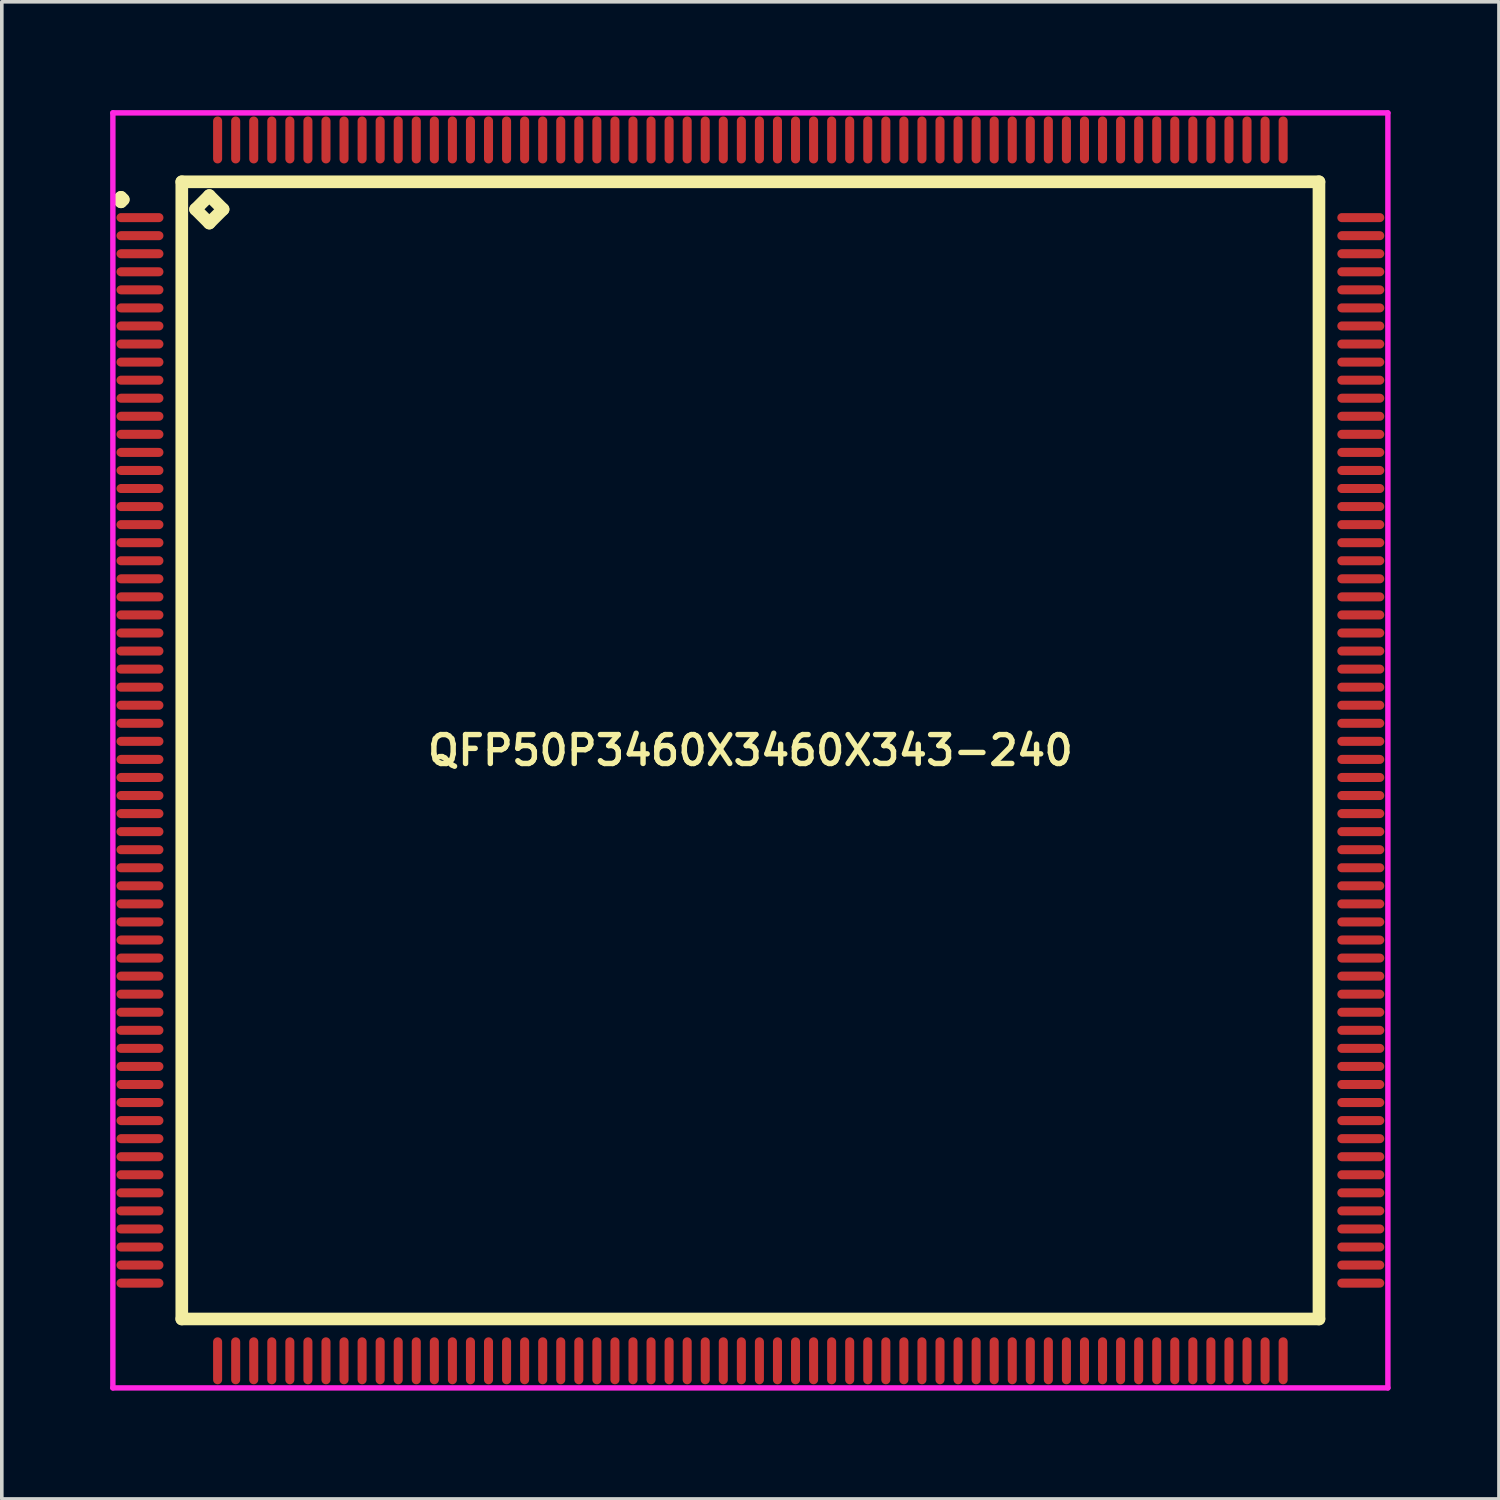
<source format=kicad_pcb>
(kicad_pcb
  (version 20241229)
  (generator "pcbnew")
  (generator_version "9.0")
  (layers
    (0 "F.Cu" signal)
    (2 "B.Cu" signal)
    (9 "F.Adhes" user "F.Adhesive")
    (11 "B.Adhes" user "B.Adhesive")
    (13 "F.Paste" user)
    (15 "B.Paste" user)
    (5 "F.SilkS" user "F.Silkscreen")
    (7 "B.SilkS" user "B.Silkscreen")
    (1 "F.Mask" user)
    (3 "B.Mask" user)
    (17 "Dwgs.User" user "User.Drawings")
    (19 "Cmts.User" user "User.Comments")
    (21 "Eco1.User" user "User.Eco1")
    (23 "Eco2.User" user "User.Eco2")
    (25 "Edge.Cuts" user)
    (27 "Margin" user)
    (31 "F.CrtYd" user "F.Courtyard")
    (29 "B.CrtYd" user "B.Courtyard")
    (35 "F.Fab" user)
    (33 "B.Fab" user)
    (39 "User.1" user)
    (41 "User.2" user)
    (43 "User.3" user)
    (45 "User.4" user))
  (footprint "QFP50P3460X3460X343-240"
    (layer "F.Cu")
    (at 17.725 17.725)
    (property "Reference" "QFP50P3460X3460X343-240" (at 0 0 0) (layer "F.SilkS") (effects (font (size 0.8 0.8) (thickness 0.15))))
    (attr smd)
    (fp_line (start -17.488 -15.25) (end -17.425 -15.312) (stroke (width 0.35) (type solid)) (layer "F.SilkS"))
    (fp_line (start -17.425 -15.312) (end -17.363 -15.25) (stroke (width 0.35) (type solid)) (layer "F.SilkS"))
    (fp_line (start -17.425 -15.188) (end -17.488 -15.25) (stroke (width 0.35) (type solid)) (layer "F.SilkS"))
    (fp_line (start -17.363 -15.25) (end -17.425 -15.188) (stroke (width 0.35) (type solid)) (layer "F.SilkS"))
    (fp_line (start -15.742 -15.742) (end -15.742 15.742) (stroke (width 0.35) (type solid)) (layer "F.SilkS"))
    (fp_line (start -15.742 15.742) (end 15.742 15.742) (stroke (width 0.35) (type solid)) (layer "F.SilkS"))
    (fp_line (start -15.361 -14.98) (end -14.98 -15.361) (stroke (width 0.35) (type solid)) (layer "F.SilkS"))
    (fp_line (start -14.98 -15.361) (end -14.599 -14.98) (stroke (width 0.35) (type solid)) (layer "F.SilkS"))
    (fp_line (start -14.98 -14.599) (end -15.361 -14.98) (stroke (width 0.35) (type solid)) (layer "F.SilkS"))
    (fp_line (start -14.599 -14.98) (end -14.98 -14.599) (stroke (width 0.35) (type solid)) (layer "F.SilkS"))
    (fp_line (start 15.742 -15.742) (end -15.742 -15.742) (stroke (width 0.35) (type solid)) (layer "F.SilkS"))
    (fp_line (start 15.742 15.742) (end 15.742 -15.742) (stroke (width 0.35) (type solid)) (layer "F.SilkS"))
    (fp_line (start -17.65 -17.65) (end 17.65 -17.65) (stroke (width 0.15) (type solid)) (layer "F.CrtYd"))
    (fp_line (start -17.65 17.65) (end -17.65 -17.65) (stroke (width 0.15) (type solid)) (layer "F.CrtYd"))
    (fp_line (start 17.65 -17.65) (end 17.65 17.65) (stroke (width 0.15) (type solid)) (layer "F.CrtYd"))
    (fp_line (start 17.65 17.65) (end -17.65 17.65) (stroke (width 0.15) (type solid)) (layer "F.CrtYd"))
    (pad "1" smd oval (at -16.9 -14.75) (size 1.3 0.25) (layers "F.Cu" "F.Mask" "F.Paste"))
    (pad "2" smd oval (at -16.9 -14.25) (size 1.3 0.25) (layers "F.Cu" "F.Mask" "F.Paste"))
    (pad "3" smd oval (at -16.9 -13.75) (size 1.3 0.25) (layers "F.Cu" "F.Mask" "F.Paste"))
    (pad "4" smd oval (at -16.9 -13.25) (size 1.3 0.25) (layers "F.Cu" "F.Mask" "F.Paste"))
    (pad "5" smd oval (at -16.9 -12.75) (size 1.3 0.25) (layers "F.Cu" "F.Mask" "F.Paste"))
    (pad "6" smd oval (at -16.9 -12.25) (size 1.3 0.25) (layers "F.Cu" "F.Mask" "F.Paste"))
    (pad "7" smd oval (at -16.9 -11.75) (size 1.3 0.25) (layers "F.Cu" "F.Mask" "F.Paste"))
    (pad "8" smd oval (at -16.9 -11.25) (size 1.3 0.25) (layers "F.Cu" "F.Mask" "F.Paste"))
    (pad "9" smd oval (at -16.9 -10.75) (size 1.3 0.25) (layers "F.Cu" "F.Mask" "F.Paste"))
    (pad "10" smd oval (at -16.9 -10.25) (size 1.3 0.25) (layers "F.Cu" "F.Mask" "F.Paste"))
    (pad "11" smd oval (at -16.9 -9.75) (size 1.3 0.25) (layers "F.Cu" "F.Mask" "F.Paste"))
    (pad "12" smd oval (at -16.9 -9.25) (size 1.3 0.25) (layers "F.Cu" "F.Mask" "F.Paste"))
    (pad "13" smd oval (at -16.9 -8.75) (size 1.3 0.25) (layers "F.Cu" "F.Mask" "F.Paste"))
    (pad "14" smd oval (at -16.9 -8.25) (size 1.3 0.25) (layers "F.Cu" "F.Mask" "F.Paste"))
    (pad "15" smd oval (at -16.9 -7.75) (size 1.3 0.25) (layers "F.Cu" "F.Mask" "F.Paste"))
    (pad "16" smd oval (at -16.9 -7.25) (size 1.3 0.25) (layers "F.Cu" "F.Mask" "F.Paste"))
    (pad "17" smd oval (at -16.9 -6.75) (size 1.3 0.25) (layers "F.Cu" "F.Mask" "F.Paste"))
    (pad "18" smd oval (at -16.9 -6.25) (size 1.3 0.25) (layers "F.Cu" "F.Mask" "F.Paste"))
    (pad "19" smd oval (at -16.9 -5.75) (size 1.3 0.25) (layers "F.Cu" "F.Mask" "F.Paste"))
    (pad "20" smd oval (at -16.9 -5.25) (size 1.3 0.25) (layers "F.Cu" "F.Mask" "F.Paste"))
    (pad "21" smd oval (at -16.9 -4.75) (size 1.3 0.25) (layers "F.Cu" "F.Mask" "F.Paste"))
    (pad "22" smd oval (at -16.9 -4.25) (size 1.3 0.25) (layers "F.Cu" "F.Mask" "F.Paste"))
    (pad "23" smd oval (at -16.9 -3.75) (size 1.3 0.25) (layers "F.Cu" "F.Mask" "F.Paste"))
    (pad "24" smd oval (at -16.9 -3.25) (size 1.3 0.25) (layers "F.Cu" "F.Mask" "F.Paste"))
    (pad "25" smd oval (at -16.9 -2.75) (size 1.3 0.25) (layers "F.Cu" "F.Mask" "F.Paste"))
    (pad "26" smd oval (at -16.9 -2.25) (size 1.3 0.25) (layers "F.Cu" "F.Mask" "F.Paste"))
    (pad "27" smd oval (at -16.9 -1.75) (size 1.3 0.25) (layers "F.Cu" "F.Mask" "F.Paste"))
    (pad "28" smd oval (at -16.9 -1.25) (size 1.3 0.25) (layers "F.Cu" "F.Mask" "F.Paste"))
    (pad "29" smd oval (at -16.9 -0.75) (size 1.3 0.25) (layers "F.Cu" "F.Mask" "F.Paste"))
    (pad "30" smd oval (at -16.9 -0.25) (size 1.3 0.25) (layers "F.Cu" "F.Mask" "F.Paste"))
    (pad "31" smd oval (at -16.9 0.25) (size 1.3 0.25) (layers "F.Cu" "F.Mask" "F.Paste"))
    (pad "32" smd oval (at -16.9 0.75) (size 1.3 0.25) (layers "F.Cu" "F.Mask" "F.Paste"))
    (pad "33" smd oval (at -16.9 1.25) (size 1.3 0.25) (layers "F.Cu" "F.Mask" "F.Paste"))
    (pad "34" smd oval (at -16.9 1.75) (size 1.3 0.25) (layers "F.Cu" "F.Mask" "F.Paste"))
    (pad "35" smd oval (at -16.9 2.25) (size 1.3 0.25) (layers "F.Cu" "F.Mask" "F.Paste"))
    (pad "36" smd oval (at -16.9 2.75) (size 1.3 0.25) (layers "F.Cu" "F.Mask" "F.Paste"))
    (pad "37" smd oval (at -16.9 3.25) (size 1.3 0.25) (layers "F.Cu" "F.Mask" "F.Paste"))
    (pad "38" smd oval (at -16.9 3.75) (size 1.3 0.25) (layers "F.Cu" "F.Mask" "F.Paste"))
    (pad "39" smd oval (at -16.9 4.25) (size 1.3 0.25) (layers "F.Cu" "F.Mask" "F.Paste"))
    (pad "40" smd oval (at -16.9 4.75) (size 1.3 0.25) (layers "F.Cu" "F.Mask" "F.Paste"))
    (pad "41" smd oval (at -16.9 5.25) (size 1.3 0.25) (layers "F.Cu" "F.Mask" "F.Paste"))
    (pad "42" smd oval (at -16.9 5.75) (size 1.3 0.25) (layers "F.Cu" "F.Mask" "F.Paste"))
    (pad "43" smd oval (at -16.9 6.25) (size 1.3 0.25) (layers "F.Cu" "F.Mask" "F.Paste"))
    (pad "44" smd oval (at -16.9 6.75) (size 1.3 0.25) (layers "F.Cu" "F.Mask" "F.Paste"))
    (pad "45" smd oval (at -16.9 7.25) (size 1.3 0.25) (layers "F.Cu" "F.Mask" "F.Paste"))
    (pad "46" smd oval (at -16.9 7.75) (size 1.3 0.25) (layers "F.Cu" "F.Mask" "F.Paste"))
    (pad "47" smd oval (at -16.9 8.25) (size 1.3 0.25) (layers "F.Cu" "F.Mask" "F.Paste"))
    (pad "48" smd oval (at -16.9 8.75) (size 1.3 0.25) (layers "F.Cu" "F.Mask" "F.Paste"))
    (pad "49" smd oval (at -16.9 9.25) (size 1.3 0.25) (layers "F.Cu" "F.Mask" "F.Paste"))
    (pad "50" smd oval (at -16.9 9.75) (size 1.3 0.25) (layers "F.Cu" "F.Mask" "F.Paste"))
    (pad "51" smd oval (at -16.9 10.25) (size 1.3 0.25) (layers "F.Cu" "F.Mask" "F.Paste"))
    (pad "52" smd oval (at -16.9 10.75) (size 1.3 0.25) (layers "F.Cu" "F.Mask" "F.Paste"))
    (pad "53" smd oval (at -16.9 11.25) (size 1.3 0.25) (layers "F.Cu" "F.Mask" "F.Paste"))
    (pad "54" smd oval (at -16.9 11.75) (size 1.3 0.25) (layers "F.Cu" "F.Mask" "F.Paste"))
    (pad "55" smd oval (at -16.9 12.25) (size 1.3 0.25) (layers "F.Cu" "F.Mask" "F.Paste"))
    (pad "56" smd oval (at -16.9 12.75) (size 1.3 0.25) (layers "F.Cu" "F.Mask" "F.Paste"))
    (pad "57" smd oval (at -16.9 13.25) (size 1.3 0.25) (layers "F.Cu" "F.Mask" "F.Paste"))
    (pad "58" smd oval (at -16.9 13.75) (size 1.3 0.25) (layers "F.Cu" "F.Mask" "F.Paste"))
    (pad "59" smd oval (at -16.9 14.25) (size 1.3 0.25) (layers "F.Cu" "F.Mask" "F.Paste"))
    (pad "60" smd oval (at -16.9 14.75) (size 1.3 0.25) (layers "F.Cu" "F.Mask" "F.Paste"))
    (pad "61" smd oval (at -14.75 16.9) (size 0.25 1.3) (layers "F.Cu" "F.Mask" "F.Paste"))
    (pad "62" smd oval (at -14.25 16.9) (size 0.25 1.3) (layers "F.Cu" "F.Mask" "F.Paste"))
    (pad "63" smd oval (at -13.75 16.9) (size 0.25 1.3) (layers "F.Cu" "F.Mask" "F.Paste"))
    (pad "64" smd oval (at -13.25 16.9) (size 0.25 1.3) (layers "F.Cu" "F.Mask" "F.Paste"))
    (pad "65" smd oval (at -12.75 16.9) (size 0.25 1.3) (layers "F.Cu" "F.Mask" "F.Paste"))
    (pad "66" smd oval (at -12.25 16.9) (size 0.25 1.3) (layers "F.Cu" "F.Mask" "F.Paste"))
    (pad "67" smd oval (at -11.75 16.9) (size 0.25 1.3) (layers "F.Cu" "F.Mask" "F.Paste"))
    (pad "68" smd oval (at -11.25 16.9) (size 0.25 1.3) (layers "F.Cu" "F.Mask" "F.Paste"))
    (pad "69" smd oval (at -10.75 16.9) (size 0.25 1.3) (layers "F.Cu" "F.Mask" "F.Paste"))
    (pad "70" smd oval (at -10.25 16.9) (size 0.25 1.3) (layers "F.Cu" "F.Mask" "F.Paste"))
    (pad "71" smd oval (at -9.75 16.9) (size 0.25 1.3) (layers "F.Cu" "F.Mask" "F.Paste"))
    (pad "72" smd oval (at -9.25 16.9) (size 0.25 1.3) (layers "F.Cu" "F.Mask" "F.Paste"))
    (pad "73" smd oval (at -8.75 16.9) (size 0.25 1.3) (layers "F.Cu" "F.Mask" "F.Paste"))
    (pad "74" smd oval (at -8.25 16.9) (size 0.25 1.3) (layers "F.Cu" "F.Mask" "F.Paste"))
    (pad "75" smd oval (at -7.75 16.9) (size 0.25 1.3) (layers "F.Cu" "F.Mask" "F.Paste"))
    (pad "76" smd oval (at -7.25 16.9) (size 0.25 1.3) (layers "F.Cu" "F.Mask" "F.Paste"))
    (pad "77" smd oval (at -6.75 16.9) (size 0.25 1.3) (layers "F.Cu" "F.Mask" "F.Paste"))
    (pad "78" smd oval (at -6.25 16.9) (size 0.25 1.3) (layers "F.Cu" "F.Mask" "F.Paste"))
    (pad "79" smd oval (at -5.75 16.9) (size 0.25 1.3) (layers "F.Cu" "F.Mask" "F.Paste"))
    (pad "80" smd oval (at -5.25 16.9) (size 0.25 1.3) (layers "F.Cu" "F.Mask" "F.Paste"))
    (pad "81" smd oval (at -4.75 16.9) (size 0.25 1.3) (layers "F.Cu" "F.Mask" "F.Paste"))
    (pad "82" smd oval (at -4.25 16.9) (size 0.25 1.3) (layers "F.Cu" "F.Mask" "F.Paste"))
    (pad "83" smd oval (at -3.75 16.9) (size 0.25 1.3) (layers "F.Cu" "F.Mask" "F.Paste"))
    (pad "84" smd oval (at -3.25 16.9) (size 0.25 1.3) (layers "F.Cu" "F.Mask" "F.Paste"))
    (pad "85" smd oval (at -2.75 16.9) (size 0.25 1.3) (layers "F.Cu" "F.Mask" "F.Paste"))
    (pad "86" smd oval (at -2.25 16.9) (size 0.25 1.3) (layers "F.Cu" "F.Mask" "F.Paste"))
    (pad "87" smd oval (at -1.75 16.9) (size 0.25 1.3) (layers "F.Cu" "F.Mask" "F.Paste"))
    (pad "88" smd oval (at -1.25 16.9) (size 0.25 1.3) (layers "F.Cu" "F.Mask" "F.Paste"))
    (pad "89" smd oval (at -0.75 16.9) (size 0.25 1.3) (layers "F.Cu" "F.Mask" "F.Paste"))
    (pad "90" smd oval (at -0.25 16.9) (size 0.25 1.3) (layers "F.Cu" "F.Mask" "F.Paste"))
    (pad "91" smd oval (at 0.25 16.9) (size 0.25 1.3) (layers "F.Cu" "F.Mask" "F.Paste"))
    (pad "92" smd oval (at 0.75 16.9) (size 0.25 1.3) (layers "F.Cu" "F.Mask" "F.Paste"))
    (pad "93" smd oval (at 1.25 16.9) (size 0.25 1.3) (layers "F.Cu" "F.Mask" "F.Paste"))
    (pad "94" smd oval (at 1.75 16.9) (size 0.25 1.3) (layers "F.Cu" "F.Mask" "F.Paste"))
    (pad "95" smd oval (at 2.25 16.9) (size 0.25 1.3) (layers "F.Cu" "F.Mask" "F.Paste"))
    (pad "96" smd oval (at 2.75 16.9) (size 0.25 1.3) (layers "F.Cu" "F.Mask" "F.Paste"))
    (pad "97" smd oval (at 3.25 16.9) (size 0.25 1.3) (layers "F.Cu" "F.Mask" "F.Paste"))
    (pad "98" smd oval (at 3.75 16.9) (size 0.25 1.3) (layers "F.Cu" "F.Mask" "F.Paste"))
    (pad "99" smd oval (at 4.25 16.9) (size 0.25 1.3) (layers "F.Cu" "F.Mask" "F.Paste"))
    (pad "100" smd oval (at 4.75 16.9) (size 0.25 1.3) (layers "F.Cu" "F.Mask" "F.Paste"))
    (pad "101" smd oval (at 5.25 16.9) (size 0.25 1.3) (layers "F.Cu" "F.Mask" "F.Paste"))
    (pad "102" smd oval (at 5.75 16.9) (size 0.25 1.3) (layers "F.Cu" "F.Mask" "F.Paste"))
    (pad "103" smd oval (at 6.25 16.9) (size 0.25 1.3) (layers "F.Cu" "F.Mask" "F.Paste"))
    (pad "104" smd oval (at 6.75 16.9) (size 0.25 1.3) (layers "F.Cu" "F.Mask" "F.Paste"))
    (pad "105" smd oval (at 7.25 16.9) (size 0.25 1.3) (layers "F.Cu" "F.Mask" "F.Paste"))
    (pad "106" smd oval (at 7.75 16.9) (size 0.25 1.3) (layers "F.Cu" "F.Mask" "F.Paste"))
    (pad "107" smd oval (at 8.25 16.9) (size 0.25 1.3) (layers "F.Cu" "F.Mask" "F.Paste"))
    (pad "108" smd oval (at 8.75 16.9) (size 0.25 1.3) (layers "F.Cu" "F.Mask" "F.Paste"))
    (pad "109" smd oval (at 9.25 16.9) (size 0.25 1.3) (layers "F.Cu" "F.Mask" "F.Paste"))
    (pad "110" smd oval (at 9.75 16.9) (size 0.25 1.3) (layers "F.Cu" "F.Mask" "F.Paste"))
    (pad "111" smd oval (at 10.25 16.9) (size 0.25 1.3) (layers "F.Cu" "F.Mask" "F.Paste"))
    (pad "112" smd oval (at 10.75 16.9) (size 0.25 1.3) (layers "F.Cu" "F.Mask" "F.Paste"))
    (pad "113" smd oval (at 11.25 16.9) (size 0.25 1.3) (layers "F.Cu" "F.Mask" "F.Paste"))
    (pad "114" smd oval (at 11.75 16.9) (size 0.25 1.3) (layers "F.Cu" "F.Mask" "F.Paste"))
    (pad "115" smd oval (at 12.25 16.9) (size 0.25 1.3) (layers "F.Cu" "F.Mask" "F.Paste"))
    (pad "116" smd oval (at 12.75 16.9) (size 0.25 1.3) (layers "F.Cu" "F.Mask" "F.Paste"))
    (pad "117" smd oval (at 13.25 16.9) (size 0.25 1.3) (layers "F.Cu" "F.Mask" "F.Paste"))
    (pad "118" smd oval (at 13.75 16.9) (size 0.25 1.3) (layers "F.Cu" "F.Mask" "F.Paste"))
    (pad "119" smd oval (at 14.25 16.9) (size 0.25 1.3) (layers "F.Cu" "F.Mask" "F.Paste"))
    (pad "120" smd oval (at 14.75 16.9) (size 0.25 1.3) (layers "F.Cu" "F.Mask" "F.Paste"))
    (pad "121" smd oval (at 16.9 14.75) (size 1.3 0.25) (layers "F.Cu" "F.Mask" "F.Paste"))
    (pad "122" smd oval (at 16.9 14.25) (size 1.3 0.25) (layers "F.Cu" "F.Mask" "F.Paste"))
    (pad "123" smd oval (at 16.9 13.75) (size 1.3 0.25) (layers "F.Cu" "F.Mask" "F.Paste"))
    (pad "124" smd oval (at 16.9 13.25) (size 1.3 0.25) (layers "F.Cu" "F.Mask" "F.Paste"))
    (pad "125" smd oval (at 16.9 12.75) (size 1.3 0.25) (layers "F.Cu" "F.Mask" "F.Paste"))
    (pad "126" smd oval (at 16.9 12.25) (size 1.3 0.25) (layers "F.Cu" "F.Mask" "F.Paste"))
    (pad "127" smd oval (at 16.9 11.75) (size 1.3 0.25) (layers "F.Cu" "F.Mask" "F.Paste"))
    (pad "128" smd oval (at 16.9 11.25) (size 1.3 0.25) (layers "F.Cu" "F.Mask" "F.Paste"))
    (pad "129" smd oval (at 16.9 10.75) (size 1.3 0.25) (layers "F.Cu" "F.Mask" "F.Paste"))
    (pad "130" smd oval (at 16.9 10.25) (size 1.3 0.25) (layers "F.Cu" "F.Mask" "F.Paste"))
    (pad "131" smd oval (at 16.9 9.75) (size 1.3 0.25) (layers "F.Cu" "F.Mask" "F.Paste"))
    (pad "132" smd oval (at 16.9 9.25) (size 1.3 0.25) (layers "F.Cu" "F.Mask" "F.Paste"))
    (pad "133" smd oval (at 16.9 8.75) (size 1.3 0.25) (layers "F.Cu" "F.Mask" "F.Paste"))
    (pad "134" smd oval (at 16.9 8.25) (size 1.3 0.25) (layers "F.Cu" "F.Mask" "F.Paste"))
    (pad "135" smd oval (at 16.9 7.75) (size 1.3 0.25) (layers "F.Cu" "F.Mask" "F.Paste"))
    (pad "136" smd oval (at 16.9 7.25) (size 1.3 0.25) (layers "F.Cu" "F.Mask" "F.Paste"))
    (pad "137" smd oval (at 16.9 6.75) (size 1.3 0.25) (layers "F.Cu" "F.Mask" "F.Paste"))
    (pad "138" smd oval (at 16.9 6.25) (size 1.3 0.25) (layers "F.Cu" "F.Mask" "F.Paste"))
    (pad "139" smd oval (at 16.9 5.75) (size 1.3 0.25) (layers "F.Cu" "F.Mask" "F.Paste"))
    (pad "140" smd oval (at 16.9 5.25) (size 1.3 0.25) (layers "F.Cu" "F.Mask" "F.Paste"))
    (pad "141" smd oval (at 16.9 4.75) (size 1.3 0.25) (layers "F.Cu" "F.Mask" "F.Paste"))
    (pad "142" smd oval (at 16.9 4.25) (size 1.3 0.25) (layers "F.Cu" "F.Mask" "F.Paste"))
    (pad "143" smd oval (at 16.9 3.75) (size 1.3 0.25) (layers "F.Cu" "F.Mask" "F.Paste"))
    (pad "144" smd oval (at 16.9 3.25) (size 1.3 0.25) (layers "F.Cu" "F.Mask" "F.Paste"))
    (pad "145" smd oval (at 16.9 2.75) (size 1.3 0.25) (layers "F.Cu" "F.Mask" "F.Paste"))
    (pad "146" smd oval (at 16.9 2.25) (size 1.3 0.25) (layers "F.Cu" "F.Mask" "F.Paste"))
    (pad "147" smd oval (at 16.9 1.75) (size 1.3 0.25) (layers "F.Cu" "F.Mask" "F.Paste"))
    (pad "148" smd oval (at 16.9 1.25) (size 1.3 0.25) (layers "F.Cu" "F.Mask" "F.Paste"))
    (pad "149" smd oval (at 16.9 0.75) (size 1.3 0.25) (layers "F.Cu" "F.Mask" "F.Paste"))
    (pad "150" smd oval (at 16.9 0.25) (size 1.3 0.25) (layers "F.Cu" "F.Mask" "F.Paste"))
    (pad "151" smd oval (at 16.9 -0.25) (size 1.3 0.25) (layers "F.Cu" "F.Mask" "F.Paste"))
    (pad "152" smd oval (at 16.9 -0.75) (size 1.3 0.25) (layers "F.Cu" "F.Mask" "F.Paste"))
    (pad "153" smd oval (at 16.9 -1.25) (size 1.3 0.25) (layers "F.Cu" "F.Mask" "F.Paste"))
    (pad "154" smd oval (at 16.9 -1.75) (size 1.3 0.25) (layers "F.Cu" "F.Mask" "F.Paste"))
    (pad "155" smd oval (at 16.9 -2.25) (size 1.3 0.25) (layers "F.Cu" "F.Mask" "F.Paste"))
    (pad "156" smd oval (at 16.9 -2.75) (size 1.3 0.25) (layers "F.Cu" "F.Mask" "F.Paste"))
    (pad "157" smd oval (at 16.9 -3.25) (size 1.3 0.25) (layers "F.Cu" "F.Mask" "F.Paste"))
    (pad "158" smd oval (at 16.9 -3.75) (size 1.3 0.25) (layers "F.Cu" "F.Mask" "F.Paste"))
    (pad "159" smd oval (at 16.9 -4.25) (size 1.3 0.25) (layers "F.Cu" "F.Mask" "F.Paste"))
    (pad "160" smd oval (at 16.9 -4.75) (size 1.3 0.25) (layers "F.Cu" "F.Mask" "F.Paste"))
    (pad "161" smd oval (at 16.9 -5.25) (size 1.3 0.25) (layers "F.Cu" "F.Mask" "F.Paste"))
    (pad "162" smd oval (at 16.9 -5.75) (size 1.3 0.25) (layers "F.Cu" "F.Mask" "F.Paste"))
    (pad "163" smd oval (at 16.9 -6.25) (size 1.3 0.25) (layers "F.Cu" "F.Mask" "F.Paste"))
    (pad "164" smd oval (at 16.9 -6.75) (size 1.3 0.25) (layers "F.Cu" "F.Mask" "F.Paste"))
    (pad "165" smd oval (at 16.9 -7.25) (size 1.3 0.25) (layers "F.Cu" "F.Mask" "F.Paste"))
    (pad "166" smd oval (at 16.9 -7.75) (size 1.3 0.25) (layers "F.Cu" "F.Mask" "F.Paste"))
    (pad "167" smd oval (at 16.9 -8.25) (size 1.3 0.25) (layers "F.Cu" "F.Mask" "F.Paste"))
    (pad "168" smd oval (at 16.9 -8.75) (size 1.3 0.25) (layers "F.Cu" "F.Mask" "F.Paste"))
    (pad "169" smd oval (at 16.9 -9.25) (size 1.3 0.25) (layers "F.Cu" "F.Mask" "F.Paste"))
    (pad "170" smd oval (at 16.9 -9.75) (size 1.3 0.25) (layers "F.Cu" "F.Mask" "F.Paste"))
    (pad "171" smd oval (at 16.9 -10.25) (size 1.3 0.25) (layers "F.Cu" "F.Mask" "F.Paste"))
    (pad "172" smd oval (at 16.9 -10.75) (size 1.3 0.25) (layers "F.Cu" "F.Mask" "F.Paste"))
    (pad "173" smd oval (at 16.9 -11.25) (size 1.3 0.25) (layers "F.Cu" "F.Mask" "F.Paste"))
    (pad "174" smd oval (at 16.9 -11.75) (size 1.3 0.25) (layers "F.Cu" "F.Mask" "F.Paste"))
    (pad "175" smd oval (at 16.9 -12.25) (size 1.3 0.25) (layers "F.Cu" "F.Mask" "F.Paste"))
    (pad "176" smd oval (at 16.9 -12.75) (size 1.3 0.25) (layers "F.Cu" "F.Mask" "F.Paste"))
    (pad "177" smd oval (at 16.9 -13.25) (size 1.3 0.25) (layers "F.Cu" "F.Mask" "F.Paste"))
    (pad "178" smd oval (at 16.9 -13.75) (size 1.3 0.25) (layers "F.Cu" "F.Mask" "F.Paste"))
    (pad "179" smd oval (at 16.9 -14.25) (size 1.3 0.25) (layers "F.Cu" "F.Mask" "F.Paste"))
    (pad "180" smd oval (at 16.9 -14.75) (size 1.3 0.25) (layers "F.Cu" "F.Mask" "F.Paste"))
    (pad "181" smd oval (at 14.75 -16.9) (size 0.25 1.3) (layers "F.Cu" "F.Mask" "F.Paste"))
    (pad "182" smd oval (at 14.25 -16.9) (size 0.25 1.3) (layers "F.Cu" "F.Mask" "F.Paste"))
    (pad "183" smd oval (at 13.75 -16.9) (size 0.25 1.3) (layers "F.Cu" "F.Mask" "F.Paste"))
    (pad "184" smd oval (at 13.25 -16.9) (size 0.25 1.3) (layers "F.Cu" "F.Mask" "F.Paste"))
    (pad "185" smd oval (at 12.75 -16.9) (size 0.25 1.3) (layers "F.Cu" "F.Mask" "F.Paste"))
    (pad "186" smd oval (at 12.25 -16.9) (size 0.25 1.3) (layers "F.Cu" "F.Mask" "F.Paste"))
    (pad "187" smd oval (at 11.75 -16.9) (size 0.25 1.3) (layers "F.Cu" "F.Mask" "F.Paste"))
    (pad "188" smd oval (at 11.25 -16.9) (size 0.25 1.3) (layers "F.Cu" "F.Mask" "F.Paste"))
    (pad "189" smd oval (at 10.75 -16.9) (size 0.25 1.3) (layers "F.Cu" "F.Mask" "F.Paste"))
    (pad "190" smd oval (at 10.25 -16.9) (size 0.25 1.3) (layers "F.Cu" "F.Mask" "F.Paste"))
    (pad "191" smd oval (at 9.75 -16.9) (size 0.25 1.3) (layers "F.Cu" "F.Mask" "F.Paste"))
    (pad "192" smd oval (at 9.25 -16.9) (size 0.25 1.3) (layers "F.Cu" "F.Mask" "F.Paste"))
    (pad "193" smd oval (at 8.75 -16.9) (size 0.25 1.3) (layers "F.Cu" "F.Mask" "F.Paste"))
    (pad "194" smd oval (at 8.25 -16.9) (size 0.25 1.3) (layers "F.Cu" "F.Mask" "F.Paste"))
    (pad "195" smd oval (at 7.75 -16.9) (size 0.25 1.3) (layers "F.Cu" "F.Mask" "F.Paste"))
    (pad "196" smd oval (at 7.25 -16.9) (size 0.25 1.3) (layers "F.Cu" "F.Mask" "F.Paste"))
    (pad "197" smd oval (at 6.75 -16.9) (size 0.25 1.3) (layers "F.Cu" "F.Mask" "F.Paste"))
    (pad "198" smd oval (at 6.25 -16.9) (size 0.25 1.3) (layers "F.Cu" "F.Mask" "F.Paste"))
    (pad "199" smd oval (at 5.75 -16.9) (size 0.25 1.3) (layers "F.Cu" "F.Mask" "F.Paste"))
    (pad "200" smd oval (at 5.25 -16.9) (size 0.25 1.3) (layers "F.Cu" "F.Mask" "F.Paste"))
    (pad "201" smd oval (at 4.75 -16.9) (size 0.25 1.3) (layers "F.Cu" "F.Mask" "F.Paste"))
    (pad "202" smd oval (at 4.25 -16.9) (size 0.25 1.3) (layers "F.Cu" "F.Mask" "F.Paste"))
    (pad "203" smd oval (at 3.75 -16.9) (size 0.25 1.3) (layers "F.Cu" "F.Mask" "F.Paste"))
    (pad "204" smd oval (at 3.25 -16.9) (size 0.25 1.3) (layers "F.Cu" "F.Mask" "F.Paste"))
    (pad "205" smd oval (at 2.75 -16.9) (size 0.25 1.3) (layers "F.Cu" "F.Mask" "F.Paste"))
    (pad "206" smd oval (at 2.25 -16.9) (size 0.25 1.3) (layers "F.Cu" "F.Mask" "F.Paste"))
    (pad "207" smd oval (at 1.75 -16.9) (size 0.25 1.3) (layers "F.Cu" "F.Mask" "F.Paste"))
    (pad "208" smd oval (at 1.25 -16.9) (size 0.25 1.3) (layers "F.Cu" "F.Mask" "F.Paste"))
    (pad "209" smd oval (at 0.75 -16.9) (size 0.25 1.3) (layers "F.Cu" "F.Mask" "F.Paste"))
    (pad "210" smd oval (at 0.25 -16.9) (size 0.25 1.3) (layers "F.Cu" "F.Mask" "F.Paste"))
    (pad "211" smd oval (at -0.25 -16.9) (size 0.25 1.3) (layers "F.Cu" "F.Mask" "F.Paste"))
    (pad "212" smd oval (at -0.75 -16.9) (size 0.25 1.3) (layers "F.Cu" "F.Mask" "F.Paste"))
    (pad "213" smd oval (at -1.25 -16.9) (size 0.25 1.3) (layers "F.Cu" "F.Mask" "F.Paste"))
    (pad "214" smd oval (at -1.75 -16.9) (size 0.25 1.3) (layers "F.Cu" "F.Mask" "F.Paste"))
    (pad "215" smd oval (at -2.25 -16.9) (size 0.25 1.3) (layers "F.Cu" "F.Mask" "F.Paste"))
    (pad "216" smd oval (at -2.75 -16.9) (size 0.25 1.3) (layers "F.Cu" "F.Mask" "F.Paste"))
    (pad "217" smd oval (at -3.25 -16.9) (size 0.25 1.3) (layers "F.Cu" "F.Mask" "F.Paste"))
    (pad "218" smd oval (at -3.75 -16.9) (size 0.25 1.3) (layers "F.Cu" "F.Mask" "F.Paste"))
    (pad "219" smd oval (at -4.25 -16.9) (size 0.25 1.3) (layers "F.Cu" "F.Mask" "F.Paste"))
    (pad "220" smd oval (at -4.75 -16.9) (size 0.25 1.3) (layers "F.Cu" "F.Mask" "F.Paste"))
    (pad "221" smd oval (at -5.25 -16.9) (size 0.25 1.3) (layers "F.Cu" "F.Mask" "F.Paste"))
    (pad "222" smd oval (at -5.75 -16.9) (size 0.25 1.3) (layers "F.Cu" "F.Mask" "F.Paste"))
    (pad "223" smd oval (at -6.25 -16.9) (size 0.25 1.3) (layers "F.Cu" "F.Mask" "F.Paste"))
    (pad "224" smd oval (at -6.75 -16.9) (size 0.25 1.3) (layers "F.Cu" "F.Mask" "F.Paste"))
    (pad "225" smd oval (at -7.25 -16.9) (size 0.25 1.3) (layers "F.Cu" "F.Mask" "F.Paste"))
    (pad "226" smd oval (at -7.75 -16.9) (size 0.25 1.3) (layers "F.Cu" "F.Mask" "F.Paste"))
    (pad "227" smd oval (at -8.25 -16.9) (size 0.25 1.3) (layers "F.Cu" "F.Mask" "F.Paste"))
    (pad "228" smd oval (at -8.75 -16.9) (size 0.25 1.3) (layers "F.Cu" "F.Mask" "F.Paste"))
    (pad "229" smd oval (at -9.25 -16.9) (size 0.25 1.3) (layers "F.Cu" "F.Mask" "F.Paste"))
    (pad "230" smd oval (at -9.75 -16.9) (size 0.25 1.3) (layers "F.Cu" "F.Mask" "F.Paste"))
    (pad "231" smd oval (at -10.25 -16.9) (size 0.25 1.3) (layers "F.Cu" "F.Mask" "F.Paste"))
    (pad "232" smd oval (at -10.75 -16.9) (size 0.25 1.3) (layers "F.Cu" "F.Mask" "F.Paste"))
    (pad "233" smd oval (at -11.25 -16.9) (size 0.25 1.3) (layers "F.Cu" "F.Mask" "F.Paste"))
    (pad "234" smd oval (at -11.75 -16.9) (size 0.25 1.3) (layers "F.Cu" "F.Mask" "F.Paste"))
    (pad "235" smd oval (at -12.25 -16.9) (size 0.25 1.3) (layers "F.Cu" "F.Mask" "F.Paste"))
    (pad "236" smd oval (at -12.75 -16.9) (size 0.25 1.3) (layers "F.Cu" "F.Mask" "F.Paste"))
    (pad "237" smd oval (at -13.25 -16.9) (size 0.25 1.3) (layers "F.Cu" "F.Mask" "F.Paste"))
    (pad "238" smd oval (at -13.75 -16.9) (size 0.25 1.3) (layers "F.Cu" "F.Mask" "F.Paste"))
    (pad "239" smd oval (at -14.25 -16.9) (size 0.25 1.3) (layers "F.Cu" "F.Mask" "F.Paste"))
    (pad "240" smd oval (at -14.75 -16.9) (size 0.25 1.3) (layers "F.Cu" "F.Mask" "F.Paste")))
  (gr_rect
    (start -3 -3)
    (end 38.45 38.45)
    (stroke (width 0.1) (type default))
    (fill no)
    (layer "Edge.Cuts")))
</source>
